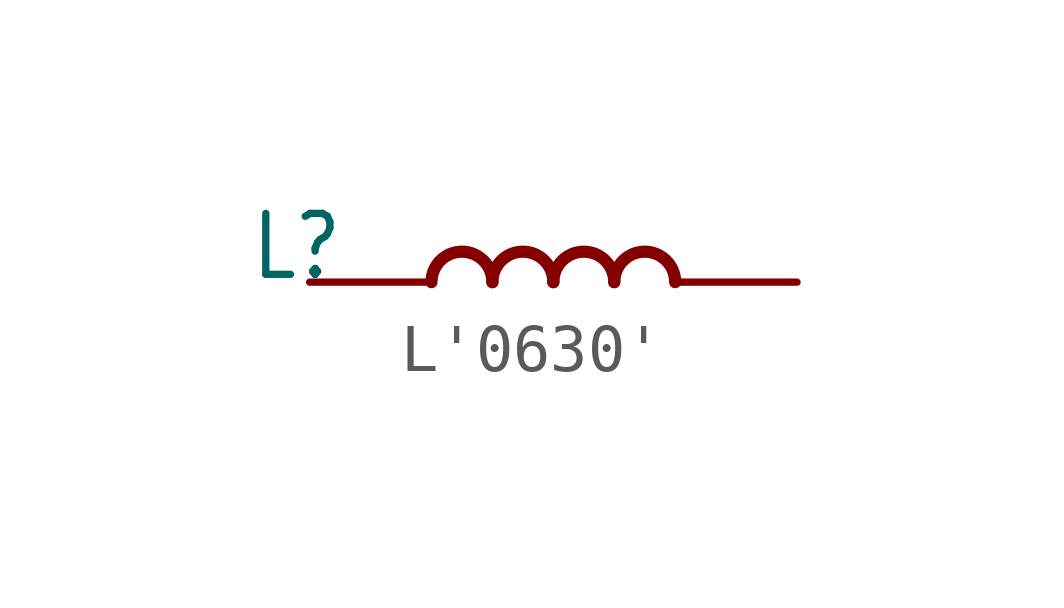
<source format=kicad_sym>
(kicad_symbol_lib
  (version 20241209)
  (generator "kicad_symbol_editor")
  (generator_version "9.0")
  (symbol "L'0630'"
    (property "Reference" "L"
      (at -6.35 0 0)
      (effects (font (size 1.27 1.079)) (justify left bottom)))
    (property "Value" ""
      (at 2.54 0 0)
      (effects (font (size 1.27 1.079)) (justify left bottom)))
    (property "ki_locked" ""
      (at 0 0 0)
      (effects (font (size 1.27 1.27))))
    (symbol "L'0630'_1_0"
      (arc (start -2.54 0) (mid -1.905 0.635) (end -1.27 0) (stroke (width 0.254) (type solid)) (fill (type none)))
      (arc (start -1.27 0) (mid -0.635 0.635) (end 0 0) (stroke (width 0.254) (type solid)) (fill (type none)))
      (arc (start 0 0) (mid 0.635 0.635) (end 1.27 0) (stroke (width 0.254) (type solid)) (fill (type none)))
      (arc (start 1.27 0) (mid 1.905 0.635) (end 2.54 0) (stroke (width 0.254) (type solid)) (fill (type none)))
      (pin passive line (at -5.08 0 0) (length 2.54) (name "1" (effects (font (size 0 0)))) (number "1" (effects (font (size 0 0)))))
      (pin passive line (at 5.08 0 180) (length 2.54) (name "2" (effects (font (size 0 0)))) (number "2" (effects (font (size 0 0))))))))
</source>
